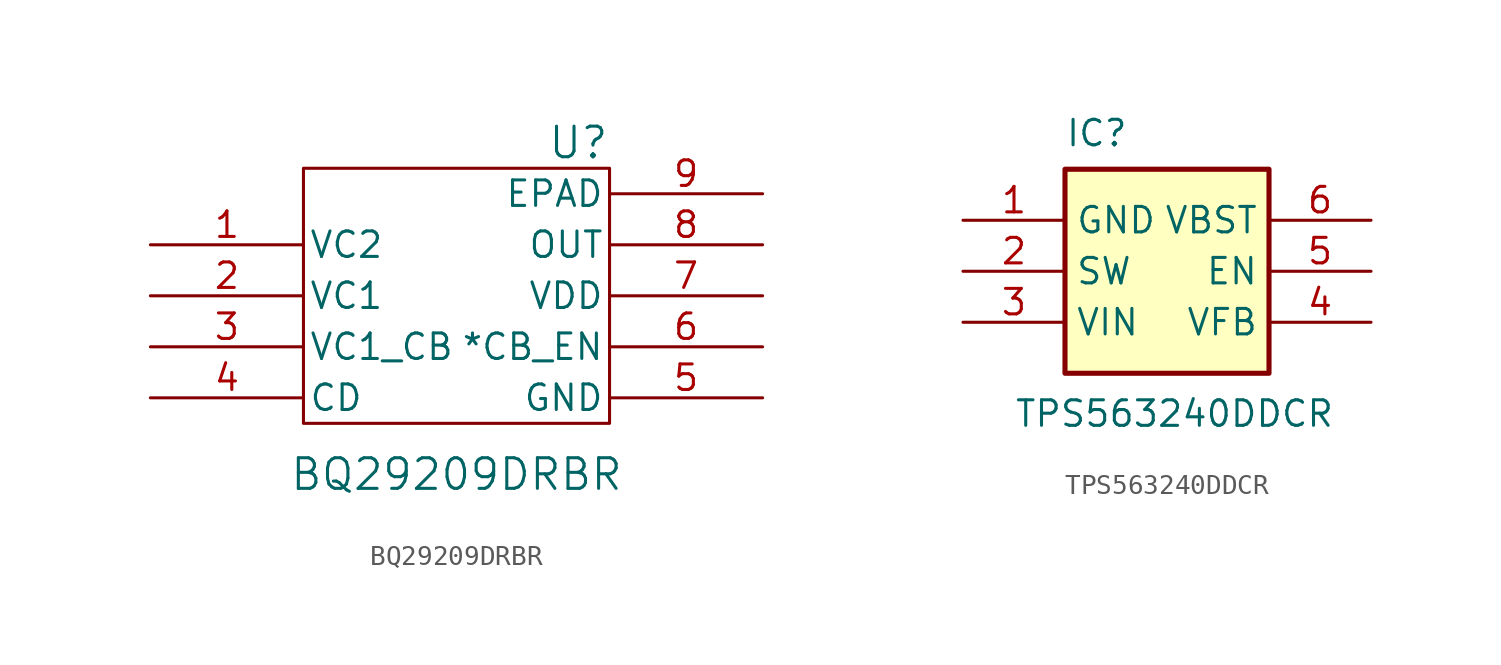
<source format=kicad_sym>
(kicad_symbol_lib
  (version 20220914)
  (generator kicad_symbol_editor)
  (symbol "BQ29209DRBR"
    (pin_names
      (offset 0.254))
    (property "Reference" "U"
      (at 7.62 8.89 0)
      (effects (font (size 1.524 1.524)) (justify right)))
    (property "Value" "BQ29209DRBR"
      (at 0 -7.62 0)
      (effects (font (size 1.524 1.524))))
    (symbol "BQ29209DRBR_1_1"
      (rectangle (start -7.62 7.62) (end 7.62 -5.08) (stroke (width 0) (type default)) (fill (type none)))
      (pin input line (at -15.24 3.81 0) (length 7.62) (name "VC2" (effects (font (size 1.27 1.27)))) (number "1" (effects (font (size 1.27 1.27)))))
      (pin input line (at -15.24 1.27 0) (length 7.62) (name "VC1" (effects (font (size 1.27 1.27)))) (number "2" (effects (font (size 1.27 1.27)))))
      (pin input line (at -15.24 -1.27 0) (length 7.62) (name "VC1_CB" (effects (font (size 1.27 1.27)))) (number "3" (effects (font (size 1.27 1.27)))))
      (pin unspecified line (at -15.24 -3.81 0) (length 7.62) (name "CD" (effects (font (size 1.27 1.27)))) (number "4" (effects (font (size 1.27 1.27)))))
      (pin power_in line (at 15.24 -3.81 180) (length 7.62) (name "GND" (effects (font (size 1.27 1.27)))) (number "5" (effects (font (size 1.27 1.27)))))
      (pin unspecified line (at 15.24 -1.27 180) (length 7.62) (name "*CB_EN" (effects (font (size 1.27 1.27)))) (number "6" (effects (font (size 1.27 1.27)))))
      (pin power_in line (at 15.24 1.27 180) (length 7.62) (name "VDD" (effects (font (size 1.27 1.27)))) (number "7" (effects (font (size 1.27 1.27)))))
      (pin output line (at 15.24 3.81 180) (length 7.62) (name "OUT" (effects (font (size 1.27 1.27)))) (number "8" (effects (font (size 1.27 1.27)))))
      (pin power_in line (at 15.24 6.35 180) (length 7.62) (name "EPAD" (effects (font (size 1.27 1.27)))) (number "9" (effects (font (size 1.27 1.27)))))))
  (symbol "TPS563240DDCR"
    (property "Reference" "IC"
      (at -5.08 7.62 0)
      (effects (font (size 1.27 1.27)) (justify left top)))
    (property "Value" "TPS563240DDCR"
      (at -7.62 -6.35 0)
      (effects (font (size 1.27 1.27)) (justify left top)))
    (symbol "TPS563240DDCR_1_1"
      (rectangle (start -5.08 5.08) (end 5.08 -5.08) (stroke (width 0.254) (type default)) (fill (type background)))
      (pin power_in line (at -10.16 2.54 0) (length 5.08) (name "GND" (effects (font (size 1.27 1.27)))) (number "1" (effects (font (size 1.27 1.27)))))
      (pin output line (at -10.16 0 0) (length 5.08) (name "SW" (effects (font (size 1.27 1.27)))) (number "2" (effects (font (size 1.27 1.27)))))
      (pin power_in line (at -10.16 -2.54 0) (length 5.08) (name "VIN" (effects (font (size 1.27 1.27)))) (number "3" (effects (font (size 1.27 1.27)))))
      (pin input line (at 10.16 -2.54 180) (length 5.08) (name "VFB" (effects (font (size 1.27 1.27)))) (number "4" (effects (font (size 1.27 1.27)))))
      (pin input line (at 10.16 0 180) (length 5.08) (name "EN" (effects (font (size 1.27 1.27)))) (number "5" (effects (font (size 1.27 1.27)))))
      (pin input line (at 10.16 2.54 180) (length 5.08) (name "VBST" (effects (font (size 1.27 1.27)))) (number "6" (effects (font (size 1.27 1.27))))))))
</source>
